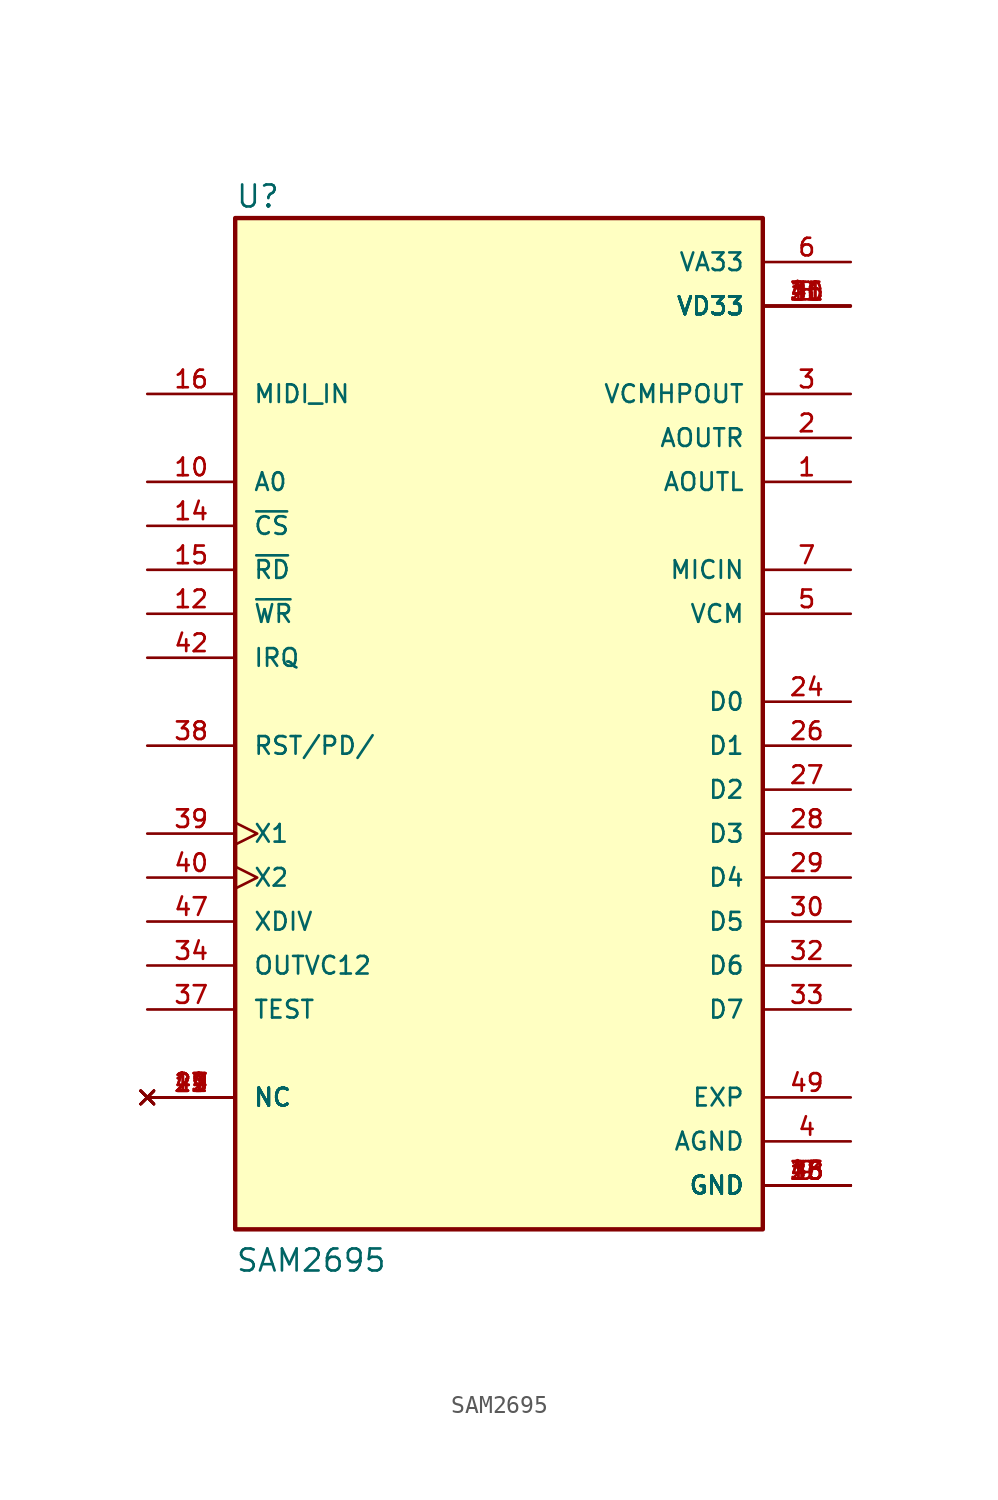
<source format=kicad_sym>
(kicad_symbol_lib
  (version 20211014)
  (generator kicad_symbol_editor)
  (symbol "SAM2695"
    (pin_names
      (offset 1.016))
    (property "Reference" "U"
      (at -15.24 30.988 0)
      (effects (font (size 1.27 1.27)) (justify bottom left)))
    (property "Value" "SAM2695"
      (at -15.24 -30.48 0)
      (effects (font (size 1.27 1.27)) (justify bottom left)))
    (symbol "SAM2695_0_0"
      (rectangle (start -15.24 -27.94) (end 15.24 30.48) (stroke (width 0.254)) (fill (type background)))
      (pin input line (at -20.32 15.24 0) (length 5.08) (name "A0" (effects (font (size 1.016 1.016)))) (number "10" (effects (font (size 1.016 1.016)))))
      (pin power_in line (at 20.32 -22.86 180.0) (length 5.08) (name "AGND" (effects (font (size 1.016 1.016)))) (number "4" (effects (font (size 1.016 1.016)))))
      (pin output line (at 20.32 15.24 180.0) (length 5.08) (name "AOUTL" (effects (font (size 1.016 1.016)))) (number "1" (effects (font (size 1.016 1.016)))))
      (pin output line (at 20.32 17.78 180.0) (length 5.08) (name "AOUTR" (effects (font (size 1.016 1.016)))) (number "2" (effects (font (size 1.016 1.016)))))
      (pin input line (at -20.32 12.7 0) (length 5.08) (name "~{CS}" (effects (font (size 1.016 1.016)))) (number "14" (effects (font (size 1.016 1.016)))))
      (pin bidirectional line (at 20.32 2.54 180.0) (length 5.08) (name "D0" (effects (font (size 1.016 1.016)))) (number "24" (effects (font (size 1.016 1.016)))))
      (pin bidirectional line (at 20.32 0.0 180.0) (length 5.08) (name "D1" (effects (font (size 1.016 1.016)))) (number "26" (effects (font (size 1.016 1.016)))))
      (pin bidirectional line (at 20.32 -2.54 180.0) (length 5.08) (name "D2" (effects (font (size 1.016 1.016)))) (number "27" (effects (font (size 1.016 1.016)))))
      (pin bidirectional line (at 20.32 -5.08 180.0) (length 5.08) (name "D3" (effects (font (size 1.016 1.016)))) (number "28" (effects (font (size 1.016 1.016)))))
      (pin bidirectional line (at 20.32 -7.62 180.0) (length 5.08) (name "D4" (effects (font (size 1.016 1.016)))) (number "29" (effects (font (size 1.016 1.016)))))
      (pin bidirectional line (at 20.32 -10.16 180.0) (length 5.08) (name "D5" (effects (font (size 1.016 1.016)))) (number "30" (effects (font (size 1.016 1.016)))))
      (pin bidirectional line (at 20.32 -12.7 180.0) (length 5.08) (name "D6" (effects (font (size 1.016 1.016)))) (number "32" (effects (font (size 1.016 1.016)))))
      (pin bidirectional line (at 20.32 -15.24 180.0) (length 5.08) (name "D7" (effects (font (size 1.016 1.016)))) (number "33" (effects (font (size 1.016 1.016)))))
      (pin passive line (at 20.32 -20.32 180.0) (length 5.08) (name "EXP" (effects (font (size 1.016 1.016)))) (number "49" (effects (font (size 1.016 1.016)))))
      (pin power_in line (at 20.32 -25.4 180.0) (length 5.08) (name "GND" (effects (font (size 1.016 1.016)))) (number "9" (effects (font (size 1.016 1.016)))))
      (pin power_in line (at 20.32 -25.4 180.0) (length 5.08) (name "GND" (effects (font (size 1.016 1.016)))) (number "13" (effects (font (size 1.016 1.016)))))
      (pin power_in line (at 20.32 -25.4 180.0) (length 5.08) (name "GND" (effects (font (size 1.016 1.016)))) (number "18" (effects (font (size 1.016 1.016)))))
      (pin power_in line (at 20.32 -25.4 180.0) (length 5.08) (name "GND" (effects (font (size 1.016 1.016)))) (number "25" (effects (font (size 1.016 1.016)))))
      (pin power_in line (at 20.32 -25.4 180.0) (length 5.08) (name "GND" (effects (font (size 1.016 1.016)))) (number "36" (effects (font (size 1.016 1.016)))))
      (pin power_in line (at 20.32 -25.4 180.0) (length 5.08) (name "GND" (effects (font (size 1.016 1.016)))) (number "45" (effects (font (size 1.016 1.016)))))
      (pin power_in line (at 20.32 -25.4 180.0) (length 5.08) (name "GND" (effects (font (size 1.016 1.016)))) (number "48" (effects (font (size 1.016 1.016)))))
      (pin output line (at -20.32 5.08 0) (length 5.08) (name "IRQ" (effects (font (size 1.016 1.016)))) (number "42" (effects (font (size 1.016 1.016)))))
      (pin input line (at 20.32 10.16 180.0) (length 5.08) (name "MICIN" (effects (font (size 1.016 1.016)))) (number "7" (effects (font (size 1.016 1.016)))))
      (pin input line (at -20.32 20.32 0) (length 5.08) (name "MIDI_IN" (effects (font (size 1.016 1.016)))) (number "16" (effects (font (size 1.016 1.016)))))
      (pin output line (at -20.32 -12.7 0) (length 5.08) (name "OUTVC12" (effects (font (size 1.016 1.016)))) (number "34" (effects (font (size 1.016 1.016)))))
      (pin input line (at -20.32 10.16 0) (length 5.08) (name "~{RD}" (effects (font (size 1.016 1.016)))) (number "15" (effects (font (size 1.016 1.016)))))
      (pin input line (at -20.32 0.0 0) (length 5.08) (name "RST/PD/" (effects (font (size 1.016 1.016)))) (number "38" (effects (font (size 1.016 1.016)))))
      (pin input line (at -20.32 -15.24 0) (length 5.08) (name "TEST" (effects (font (size 1.016 1.016)))) (number "37" (effects (font (size 1.016 1.016)))))
      (pin power_in line (at 20.32 27.94 180.0) (length 5.08) (name "VA33" (effects (font (size 1.016 1.016)))) (number "6" (effects (font (size 1.016 1.016)))))
      (pin output line (at 20.32 7.62 180.0) (length 5.08) (name "VCM" (effects (font (size 1.016 1.016)))) (number "5" (effects (font (size 1.016 1.016)))))
      (pin output line (at 20.32 20.32 180.0) (length 5.08) (name "VCMHPOUT" (effects (font (size 1.016 1.016)))) (number "3" (effects (font (size 1.016 1.016)))))
      (pin power_in line (at 20.32 25.4 180.0) (length 5.08) (name "VD33" (effects (font (size 1.016 1.016)))) (number "8" (effects (font (size 1.016 1.016)))))
      (pin power_in line (at 20.32 25.4 180.0) (length 5.08) (name "VD33" (effects (font (size 1.016 1.016)))) (number "11" (effects (font (size 1.016 1.016)))))
      (pin power_in line (at 20.32 25.4 180.0) (length 5.08) (name "VD33" (effects (font (size 1.016 1.016)))) (number "20" (effects (font (size 1.016 1.016)))))
      (pin power_in line (at 20.32 25.4 180.0) (length 5.08) (name "VD33" (effects (font (size 1.016 1.016)))) (number "31" (effects (font (size 1.016 1.016)))))
      (pin power_in line (at 20.32 25.4 180.0) (length 5.08) (name "VD33" (effects (font (size 1.016 1.016)))) (number "35" (effects (font (size 1.016 1.016)))))
      (pin power_in line (at 20.32 25.4 180.0) (length 5.08) (name "VD33" (effects (font (size 1.016 1.016)))) (number "41" (effects (font (size 1.016 1.016)))))
      (pin power_in line (at 20.32 25.4 180.0) (length 5.08) (name "VD33" (effects (font (size 1.016 1.016)))) (number "46" (effects (font (size 1.016 1.016)))))
      (pin input line (at -20.32 7.62 0) (length 5.08) (name "~{WR}" (effects (font (size 1.016 1.016)))) (number "12" (effects (font (size 1.016 1.016)))))
      (pin input clock (at -20.32 -5.08 0) (length 5.08) (name "X1" (effects (font (size 1.016 1.016)))) (number "39" (effects (font (size 1.016 1.016)))))
      (pin input clock (at -20.32 -7.62 0) (length 5.08) (name "X2" (effects (font (size 1.016 1.016)))) (number "40" (effects (font (size 1.016 1.016)))))
      (pin input line (at -20.32 -10.16 0) (length 5.08) (name "XDIV" (effects (font (size 1.016 1.016)))) (number "47" (effects (font (size 1.016 1.016)))))
      (pin no_connect line (at -20.32 -20.32 0) (length 5.08) (name "NC" (effects (font (size 1.016 1.016)))) (number "17" (effects (font (size 1.016 1.016)))))
      (pin no_connect line (at -20.32 -20.32 0) (length 5.08) (name "NC" (effects (font (size 1.016 1.016)))) (number "19" (effects (font (size 1.016 1.016)))))
      (pin no_connect line (at -20.32 -20.32 0) (length 5.08) (name "NC" (effects (font (size 1.016 1.016)))) (number "21" (effects (font (size 1.016 1.016)))))
      (pin no_connect line (at -20.32 -20.32 0) (length 5.08) (name "NC" (effects (font (size 1.016 1.016)))) (number "22" (effects (font (size 1.016 1.016)))))
      (pin no_connect line (at -20.32 -20.32 0) (length 5.08) (name "NC" (effects (font (size 1.016 1.016)))) (number "23" (effects (font (size 1.016 1.016)))))
      (pin no_connect line (at -20.32 -20.32 0) (length 5.08) (name "NC" (effects (font (size 1.016 1.016)))) (number "43" (effects (font (size 1.016 1.016)))))
      (pin no_connect line (at -20.32 -20.32 0) (length 5.08) (name "NC" (effects (font (size 1.016 1.016)))) (number "44" (effects (font (size 1.016 1.016))))))))
</source>
